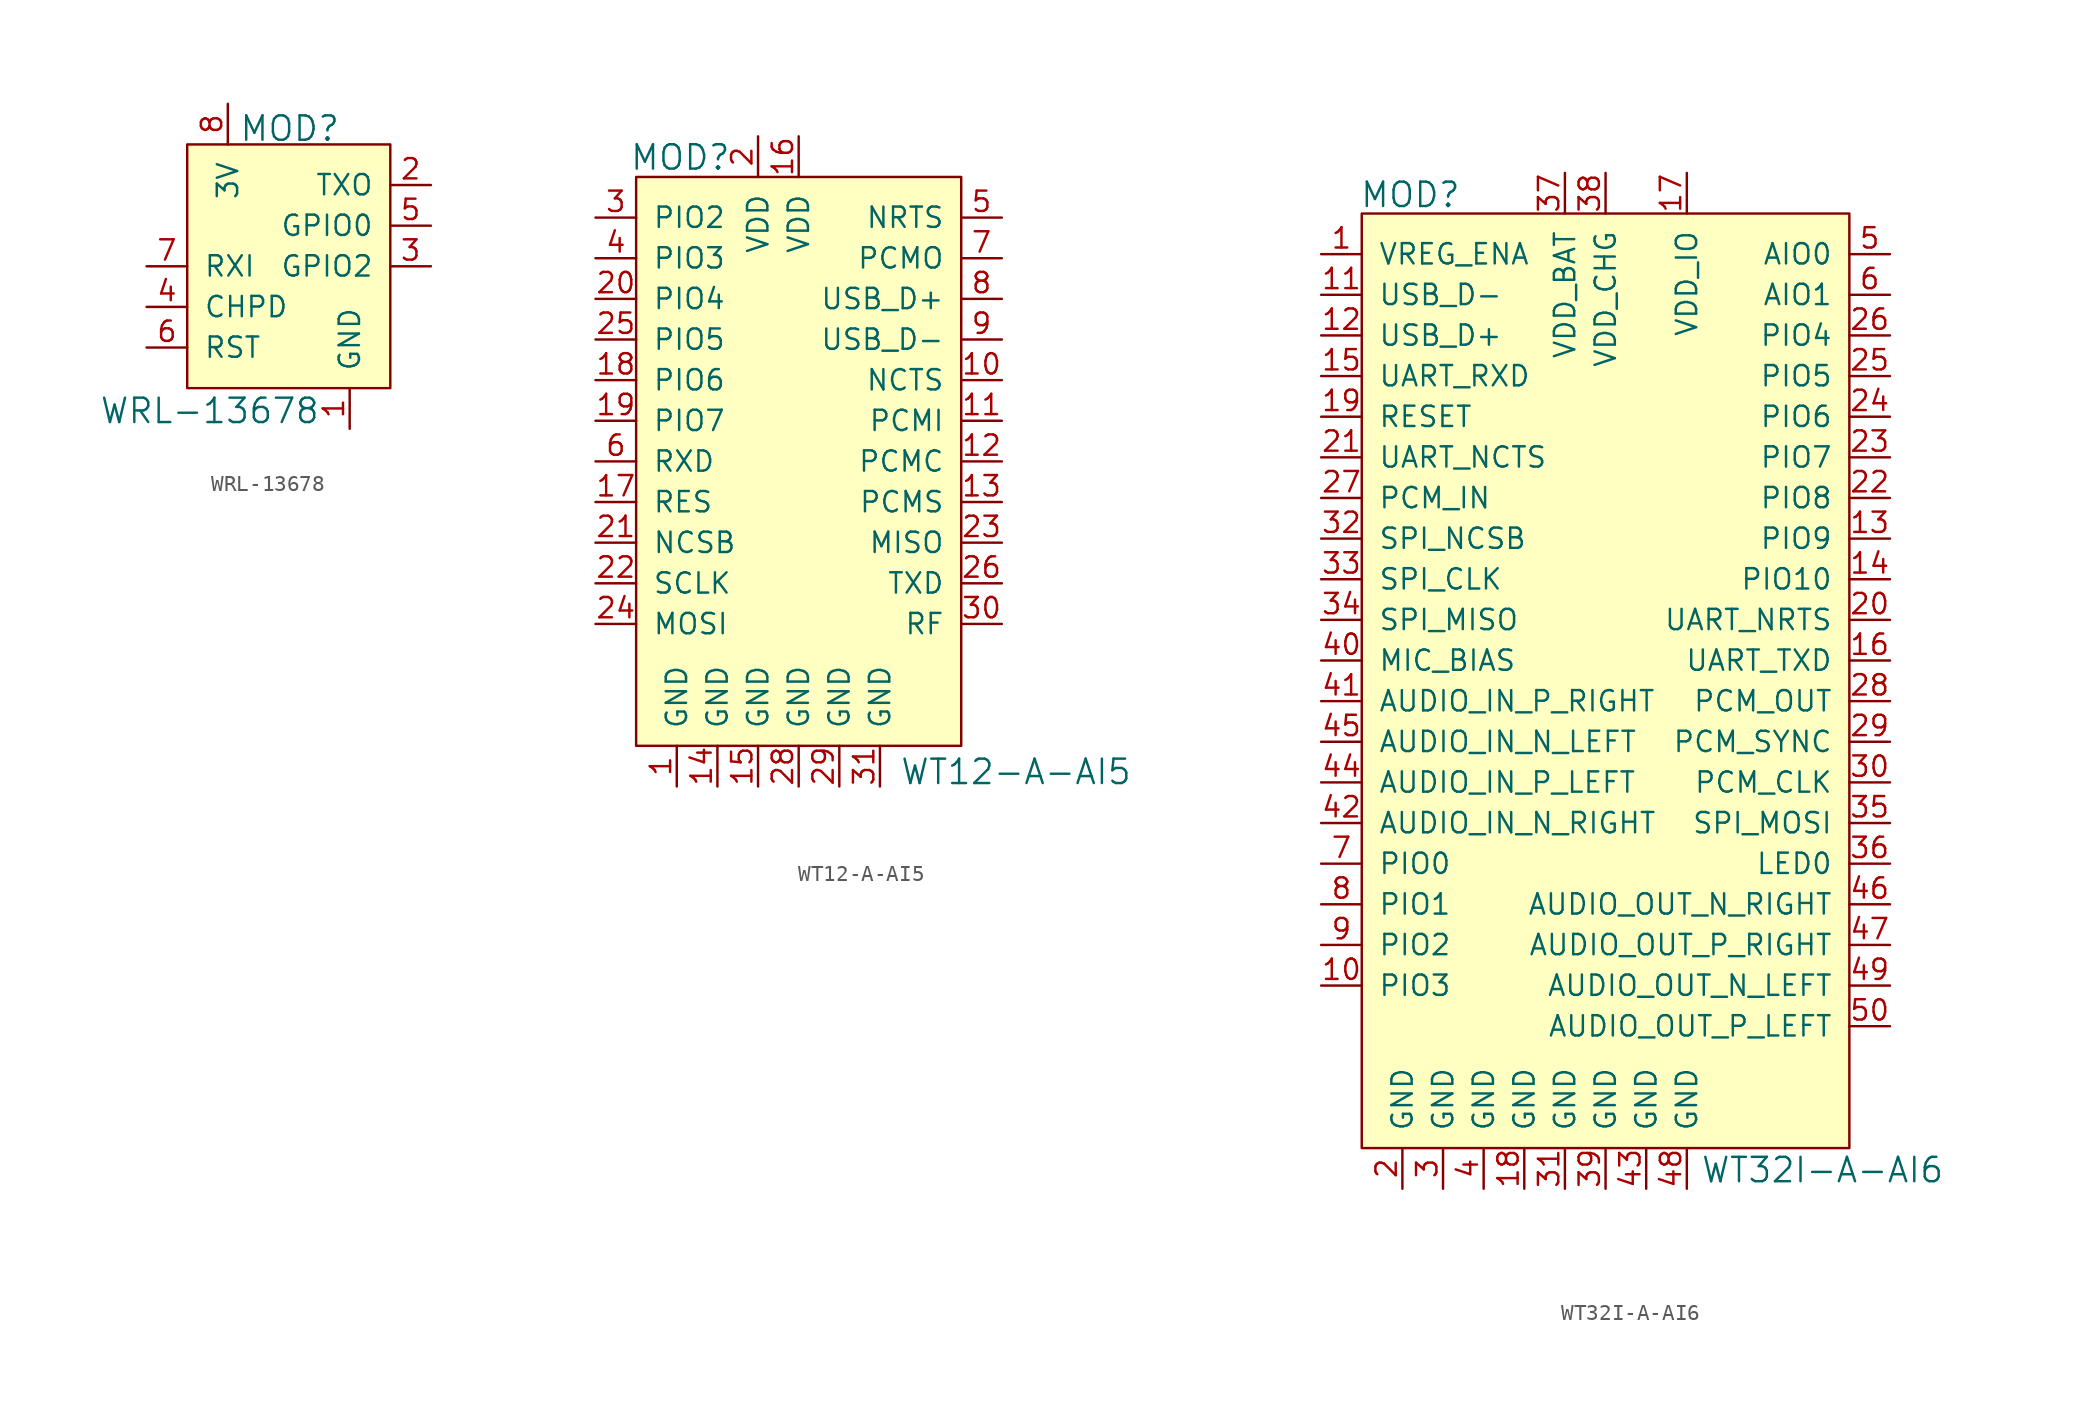
<source format=kicad_sym>
(kicad_symbol_lib
  (version 20201005)
  (generator kicad_symbol_editor)
  (symbol "WRL-13678"
    (pin_names
      (offset 1.016))
    (property "Reference" "MOD"
      (at -1.854 6.071 0)
      (effects (font (size 1.524 1.524)) (justify left)))
    (property "Value" "WRL-13678"
      (at 3.251 -11.582 0)
      (effects (font (size 1.524 1.524)) (justify right)))
    (symbol "WRL-13678_0_1"
      (rectangle (start 7.62 5.08) (end -5.08 -10.16) (stroke (width 0)) (fill (type background))))
    (symbol "WRL-13678_1_1"
      (pin power_in line (at 5.08 -12.7 90) (length 2.54) (name "GND" (effects (font (size 1.27 1.27)))) (number "1" (effects (font (size 1.27 1.27)))))
      (pin output line (at 10.16 2.54 180) (length 2.54) (name "TXO" (effects (font (size 1.27 1.27)))) (number "2" (effects (font (size 1.27 1.27)))))
      (pin bidirectional line (at 10.16 -2.54 180) (length 2.54) (name "GPIO2" (effects (font (size 1.27 1.27)))) (number "3" (effects (font (size 1.27 1.27)))))
      (pin input line (at -7.62 -5.08 0) (length 2.54) (name "CHPD" (effects (font (size 1.27 1.27)))) (number "4" (effects (font (size 1.27 1.27)))))
      (pin bidirectional line (at 10.16 0 180) (length 2.54) (name "GPIO0" (effects (font (size 1.27 1.27)))) (number "5" (effects (font (size 1.27 1.27)))))
      (pin input line (at -7.62 -7.62 0) (length 2.54) (name "RST" (effects (font (size 1.27 1.27)))) (number "6" (effects (font (size 1.27 1.27)))))
      (pin input line (at -7.62 -2.54 0) (length 2.54) (name "RXI" (effects (font (size 1.27 1.27)))) (number "7" (effects (font (size 1.27 1.27)))))
      (pin power_in line (at -2.54 7.62 270) (length 2.54) (name "3V" (effects (font (size 1.27 1.27)))) (number "8" (effects (font (size 1.27 1.27)))))))
  (symbol "WT12-A-AI5"
    (pin_names
      (offset 1.016))
    (property "Reference" "MOD"
      (at -1.676 16.459 0)
      (effects (font (size 1.524 1.524)) (justify right)))
    (property "Value" "WT12-A-AI5"
      (at 8.839 -21.946 0)
      (effects (font (size 1.524 1.524)) (justify left)))
    (symbol "WT12-A-AI5_0_1"
      (rectangle (start -7.62 15.24) (end 12.7 -20.32) (stroke (width 0)) (fill (type background))))
    (symbol "WT12-A-AI5_1_1"
      (pin power_in line (at -5.08 -22.86 90) (length 2.54) (name "GND" (effects (font (size 1.27 1.27)))) (number "1" (effects (font (size 1.27 1.27)))))
      (pin power_in line (at 0 17.78 270) (length 2.54) (name "VDD" (effects (font (size 1.27 1.27)))) (number "2" (effects (font (size 1.27 1.27)))))
      (pin bidirectional line (at -10.16 12.7 0) (length 2.54) (name "PIO2" (effects (font (size 1.27 1.27)))) (number "3" (effects (font (size 1.27 1.27)))))
      (pin bidirectional line (at -10.16 10.16 0) (length 2.54) (name "PIO3" (effects (font (size 1.27 1.27)))) (number "4" (effects (font (size 1.27 1.27)))))
      (pin output line (at 15.24 12.7 180) (length 2.54) (name "NRTS" (effects (font (size 1.27 1.27)))) (number "5" (effects (font (size 1.27 1.27)))))
      (pin input line (at -10.16 -2.54 0) (length 2.54) (name "RXD" (effects (font (size 1.27 1.27)))) (number "6" (effects (font (size 1.27 1.27)))))
      (pin output line (at 15.24 10.16 180) (length 2.54) (name "PCMO" (effects (font (size 1.27 1.27)))) (number "7" (effects (font (size 1.27 1.27)))))
      (pin bidirectional line (at 15.24 7.62 180) (length 2.54) (name "USB_D+" (effects (font (size 1.27 1.27)))) (number "8" (effects (font (size 1.27 1.27)))))
      (pin bidirectional line (at 15.24 5.08 180) (length 2.54) (name "USB_D-" (effects (font (size 1.27 1.27)))) (number "9" (effects (font (size 1.27 1.27)))))
      (pin input line (at 15.24 2.54 180) (length 2.54) (name "NCTS" (effects (font (size 1.27 1.27)))) (number "10" (effects (font (size 1.27 1.27)))))
      (pin bidirectional line (at -10.16 7.62 0) (length 2.54) (name "PIO4" (effects (font (size 1.27 1.27)))) (number "20" (effects (font (size 1.27 1.27)))))
      (pin bidirectional line (at 15.24 -12.7 180) (length 2.54) (name "RF" (effects (font (size 1.27 1.27)))) (number "30" (effects (font (size 1.27 1.27)))))
      (pin bidirectional line (at 15.24 0 180) (length 2.54) (name "PCMI" (effects (font (size 1.27 1.27)))) (number "11" (effects (font (size 1.27 1.27)))))
      (pin input line (at -10.16 -7.62 0) (length 2.54) (name "NCSB" (effects (font (size 1.27 1.27)))) (number "21" (effects (font (size 1.27 1.27)))))
      (pin power_in line (at 7.62 -22.86 90) (length 2.54) (name "GND" (effects (font (size 1.27 1.27)))) (number "31" (effects (font (size 1.27 1.27)))))
      (pin bidirectional line (at 15.24 -2.54 180) (length 2.54) (name "PCMC" (effects (font (size 1.27 1.27)))) (number "12" (effects (font (size 1.27 1.27)))))
      (pin input line (at -10.16 -10.16 0) (length 2.54) (name "SCLK" (effects (font (size 1.27 1.27)))) (number "22" (effects (font (size 1.27 1.27)))))
      (pin bidirectional line (at 15.24 -5.08 180) (length 2.54) (name "PCMS" (effects (font (size 1.27 1.27)))) (number "13" (effects (font (size 1.27 1.27)))))
      (pin output line (at 15.24 -7.62 180) (length 2.54) (name "MISO" (effects (font (size 1.27 1.27)))) (number "23" (effects (font (size 1.27 1.27)))))
      (pin power_in line (at -2.54 -22.86 90) (length 2.54) (name "GND" (effects (font (size 1.27 1.27)))) (number "14" (effects (font (size 1.27 1.27)))))
      (pin input line (at -10.16 -12.7 0) (length 2.54) (name "MOSI" (effects (font (size 1.27 1.27)))) (number "24" (effects (font (size 1.27 1.27)))))
      (pin power_in line (at 0 -22.86 90) (length 2.54) (name "GND" (effects (font (size 1.27 1.27)))) (number "15" (effects (font (size 1.27 1.27)))))
      (pin bidirectional line (at -10.16 5.08 0) (length 2.54) (name "PIO5" (effects (font (size 1.27 1.27)))) (number "25" (effects (font (size 1.27 1.27)))))
      (pin power_in line (at 2.54 17.78 270) (length 2.54) (name "VDD" (effects (font (size 1.27 1.27)))) (number "16" (effects (font (size 1.27 1.27)))))
      (pin output line (at 15.24 -10.16 180) (length 2.54) (name "TXD" (effects (font (size 1.27 1.27)))) (number "26" (effects (font (size 1.27 1.27)))))
      (pin input line (at -10.16 -5.08 0) (length 2.54) (name "RES" (effects (font (size 1.27 1.27)))) (number "17" (effects (font (size 1.27 1.27)))))
      (pin no_connect line (at 10.16 -20.32 90) (length 2.54) hide (name "NC" (effects (font (size 1.27 1.27)))) (number "27" (effects (font (size 1.27 1.27)))))
      (pin bidirectional line (at -10.16 2.54 0) (length 2.54) (name "PIO6" (effects (font (size 1.27 1.27)))) (number "18" (effects (font (size 1.27 1.27)))))
      (pin power_in line (at 2.54 -22.86 90) (length 2.54) (name "GND" (effects (font (size 1.27 1.27)))) (number "28" (effects (font (size 1.27 1.27)))))
      (pin bidirectional line (at -10.16 0 0) (length 2.54) (name "PIO7" (effects (font (size 1.27 1.27)))) (number "19" (effects (font (size 1.27 1.27)))))
      (pin power_in line (at 5.08 -22.86 90) (length 2.54) (name "GND" (effects (font (size 1.27 1.27)))) (number "29" (effects (font (size 1.27 1.27)))))))
  (symbol "WT32I-A-AI6"
    (pin_names
      (offset 1.016))
    (property "Reference" "MOD"
      (at -9.017 18.948 0)
      (effects (font (size 1.524 1.524)) (justify right)))
    (property "Value" "WT32I-A-AI6"
      (at 5.918 -42.012 0)
      (effects (font (size 1.524 1.524)) (justify left)))
    (symbol "WT32I-A-AI6_0_1"
      (rectangle (start -15.24 17.78) (end 15.24 -40.64) (stroke (width 0)) (fill (type background))))
    (symbol "WT32I-A-AI6_1_1"
      (pin input line (at -17.78 15.24 0) (length 2.54) (name "VREG_ENA" (effects (font (size 1.27 1.27)))) (number "1" (effects (font (size 1.27 1.27)))))
      (pin power_in line (at -12.7 -43.18 90) (length 2.54) (name "GND" (effects (font (size 1.27 1.27)))) (number "2" (effects (font (size 1.27 1.27)))))
      (pin power_in line (at -10.16 -43.18 90) (length 2.54) (name "GND" (effects (font (size 1.27 1.27)))) (number "3" (effects (font (size 1.27 1.27)))))
      (pin power_in line (at -7.62 -43.18 90) (length 2.54) (name "GND" (effects (font (size 1.27 1.27)))) (number "4" (effects (font (size 1.27 1.27)))))
      (pin bidirectional line (at 17.78 15.24 180) (length 2.54) (name "AIO0" (effects (font (size 1.27 1.27)))) (number "5" (effects (font (size 1.27 1.27)))))
      (pin bidirectional line (at 17.78 12.7 180) (length 2.54) (name "AIO1" (effects (font (size 1.27 1.27)))) (number "6" (effects (font (size 1.27 1.27)))))
      (pin bidirectional line (at -17.78 -22.86 0) (length 2.54) (name "PIO0" (effects (font (size 1.27 1.27)))) (number "7" (effects (font (size 1.27 1.27)))))
      (pin bidirectional line (at -17.78 -25.4 0) (length 2.54) (name "PIO1" (effects (font (size 1.27 1.27)))) (number "8" (effects (font (size 1.27 1.27)))))
      (pin bidirectional line (at -17.78 -27.94 0) (length 2.54) (name "PIO2" (effects (font (size 1.27 1.27)))) (number "9" (effects (font (size 1.27 1.27)))))
      (pin bidirectional line (at -17.78 -30.48 0) (length 2.54) (name "PIO3" (effects (font (size 1.27 1.27)))) (number "10" (effects (font (size 1.27 1.27)))))
      (pin output line (at 17.78 -7.62 180) (length 2.54) (name "UART_NRTS" (effects (font (size 1.27 1.27)))) (number "20" (effects (font (size 1.27 1.27)))))
      (pin bidirectional line (at 17.78 -17.78 180) (length 2.54) (name "PCM_CLK" (effects (font (size 1.27 1.27)))) (number "30" (effects (font (size 1.27 1.27)))))
      (pin power_in line (at -17.78 -10.16 0) (length 2.54) (name "MIC_BIAS" (effects (font (size 1.27 1.27)))) (number "40" (effects (font (size 1.27 1.27)))))
      (pin output line (at 17.78 -33.02 180) (length 2.54) (name "AUDIO_OUT_P_LEFT" (effects (font (size 1.27 1.27)))) (number "50" (effects (font (size 1.27 1.27)))))
      (pin bidirectional line (at -17.78 12.7 0) (length 2.54) (name "USB_D-" (effects (font (size 1.27 1.27)))) (number "11" (effects (font (size 1.27 1.27)))))
      (pin input line (at -17.78 2.54 0) (length 2.54) (name "UART_NCTS" (effects (font (size 1.27 1.27)))) (number "21" (effects (font (size 1.27 1.27)))))
      (pin power_in line (at -2.54 -43.18 90) (length 2.54) (name "GND" (effects (font (size 1.27 1.27)))) (number "31" (effects (font (size 1.27 1.27)))))
      (pin input line (at -17.78 -12.7 0) (length 2.54) (name "AUDIO_IN_P_RIGHT" (effects (font (size 1.27 1.27)))) (number "41" (effects (font (size 1.27 1.27)))))
      (pin bidirectional line (at -17.78 10.16 0) (length 2.54) (name "USB_D+" (effects (font (size 1.27 1.27)))) (number "12" (effects (font (size 1.27 1.27)))))
      (pin bidirectional line (at 17.78 0 180) (length 2.54) (name "PIO8" (effects (font (size 1.27 1.27)))) (number "22" (effects (font (size 1.27 1.27)))))
      (pin input line (at -17.78 -2.54 0) (length 2.54) (name "SPI_NCSB" (effects (font (size 1.27 1.27)))) (number "32" (effects (font (size 1.27 1.27)))))
      (pin input line (at -17.78 -20.32 0) (length 2.54) (name "AUDIO_IN_N_RIGHT" (effects (font (size 1.27 1.27)))) (number "42" (effects (font (size 1.27 1.27)))))
      (pin bidirectional line (at 17.78 -2.54 180) (length 2.54) (name "PIO9" (effects (font (size 1.27 1.27)))) (number "13" (effects (font (size 1.27 1.27)))))
      (pin bidirectional line (at 17.78 2.54 180) (length 2.54) (name "PIO7" (effects (font (size 1.27 1.27)))) (number "23" (effects (font (size 1.27 1.27)))))
      (pin input line (at -17.78 -5.08 0) (length 2.54) (name "SPI_CLK" (effects (font (size 1.27 1.27)))) (number "33" (effects (font (size 1.27 1.27)))))
      (pin power_in line (at 2.54 -43.18 90) (length 2.54) (name "GND" (effects (font (size 1.27 1.27)))) (number "43" (effects (font (size 1.27 1.27)))))
      (pin bidirectional line (at 17.78 -5.08 180) (length 2.54) (name "PIO10" (effects (font (size 1.27 1.27)))) (number "14" (effects (font (size 1.27 1.27)))))
      (pin bidirectional line (at 17.78 5.08 180) (length 2.54) (name "PIO6" (effects (font (size 1.27 1.27)))) (number "24" (effects (font (size 1.27 1.27)))))
      (pin input line (at -17.78 -7.62 0) (length 2.54) (name "SPI_MISO" (effects (font (size 1.27 1.27)))) (number "34" (effects (font (size 1.27 1.27)))))
      (pin input line (at -17.78 -17.78 0) (length 2.54) (name "AUDIO_IN_P_LEFT" (effects (font (size 1.27 1.27)))) (number "44" (effects (font (size 1.27 1.27)))))
      (pin input line (at -17.78 7.62 0) (length 2.54) (name "UART_RXD" (effects (font (size 1.27 1.27)))) (number "15" (effects (font (size 1.27 1.27)))))
      (pin bidirectional line (at 17.78 7.62 180) (length 2.54) (name "PIO5" (effects (font (size 1.27 1.27)))) (number "25" (effects (font (size 1.27 1.27)))))
      (pin output line (at 17.78 -20.32 180) (length 2.54) (name "SPI_MOSI" (effects (font (size 1.27 1.27)))) (number "35" (effects (font (size 1.27 1.27)))))
      (pin input line (at -17.78 -15.24 0) (length 2.54) (name "AUDIO_IN_N_LEFT" (effects (font (size 1.27 1.27)))) (number "45" (effects (font (size 1.27 1.27)))))
      (pin input line (at 17.78 -10.16 180) (length 2.54) (name "UART_TXD" (effects (font (size 1.27 1.27)))) (number "16" (effects (font (size 1.27 1.27)))))
      (pin bidirectional line (at 17.78 10.16 180) (length 2.54) (name "PIO4" (effects (font (size 1.27 1.27)))) (number "26" (effects (font (size 1.27 1.27)))))
      (pin output line (at 17.78 -22.86 180) (length 2.54) (name "LED0" (effects (font (size 1.27 1.27)))) (number "36" (effects (font (size 1.27 1.27)))))
      (pin output line (at 17.78 -25.4 180) (length 2.54) (name "AUDIO_OUT_N_RIGHT" (effects (font (size 1.27 1.27)))) (number "46" (effects (font (size 1.27 1.27)))))
      (pin power_in line (at 5.08 20.32 270) (length 2.54) (name "VDD_IO" (effects (font (size 1.27 1.27)))) (number "17" (effects (font (size 1.27 1.27)))))
      (pin input line (at -17.78 0 0) (length 2.54) (name "PCM_IN" (effects (font (size 1.27 1.27)))) (number "27" (effects (font (size 1.27 1.27)))))
      (pin power_in line (at -2.54 20.32 270) (length 2.54) (name "VDD_BAT" (effects (font (size 1.27 1.27)))) (number "37" (effects (font (size 1.27 1.27)))))
      (pin output line (at 17.78 -27.94 180) (length 2.54) (name "AUDIO_OUT_P_RIGHT" (effects (font (size 1.27 1.27)))) (number "47" (effects (font (size 1.27 1.27)))))
      (pin power_in line (at -5.08 -43.18 90) (length 2.54) (name "GND" (effects (font (size 1.27 1.27)))) (number "18" (effects (font (size 1.27 1.27)))))
      (pin output line (at 17.78 -12.7 180) (length 2.54) (name "PCM_OUT" (effects (font (size 1.27 1.27)))) (number "28" (effects (font (size 1.27 1.27)))))
      (pin power_in line (at 0 20.32 270) (length 2.54) (name "VDD_CHG" (effects (font (size 1.27 1.27)))) (number "38" (effects (font (size 1.27 1.27)))))
      (pin power_in line (at 5.08 -43.18 90) (length 2.54) (name "GND" (effects (font (size 1.27 1.27)))) (number "48" (effects (font (size 1.27 1.27)))))
      (pin input line (at -17.78 5.08 0) (length 2.54) (name "RESET" (effects (font (size 1.27 1.27)))) (number "19" (effects (font (size 1.27 1.27)))))
      (pin bidirectional line (at 17.78 -15.24 180) (length 2.54) (name "PCM_SYNC" (effects (font (size 1.27 1.27)))) (number "29" (effects (font (size 1.27 1.27)))))
      (pin power_in line (at 0 -43.18 90) (length 2.54) (name "GND" (effects (font (size 1.27 1.27)))) (number "39" (effects (font (size 1.27 1.27)))))
      (pin output line (at 17.78 -30.48 180) (length 2.54) (name "AUDIO_OUT_N_LEFT" (effects (font (size 1.27 1.27)))) (number "49" (effects (font (size 1.27 1.27))))))))
</source>
